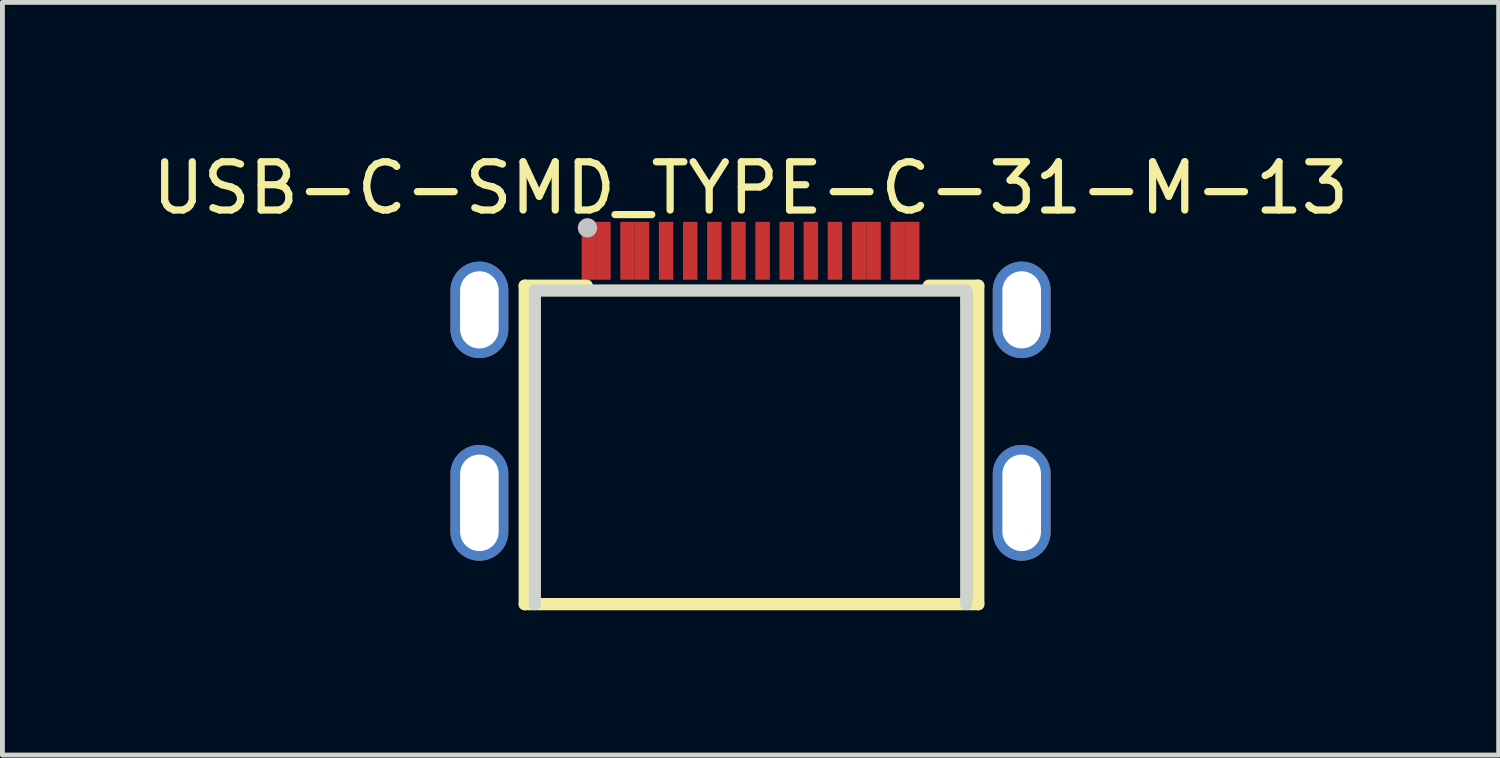
<source format=kicad_pcb>
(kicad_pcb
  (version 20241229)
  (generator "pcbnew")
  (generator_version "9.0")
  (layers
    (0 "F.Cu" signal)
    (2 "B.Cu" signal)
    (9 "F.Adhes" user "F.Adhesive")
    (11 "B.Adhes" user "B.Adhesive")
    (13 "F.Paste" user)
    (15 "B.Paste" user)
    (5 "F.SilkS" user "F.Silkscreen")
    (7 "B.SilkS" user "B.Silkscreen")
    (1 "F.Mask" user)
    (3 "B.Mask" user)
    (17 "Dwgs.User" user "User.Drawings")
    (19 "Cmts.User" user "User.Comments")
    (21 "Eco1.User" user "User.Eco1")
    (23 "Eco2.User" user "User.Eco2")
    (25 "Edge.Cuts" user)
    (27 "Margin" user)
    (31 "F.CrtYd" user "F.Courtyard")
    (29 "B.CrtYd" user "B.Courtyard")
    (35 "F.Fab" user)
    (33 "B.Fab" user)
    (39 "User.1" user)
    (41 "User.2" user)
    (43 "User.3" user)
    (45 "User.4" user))
  (footprint "USB-C-SMD_TYPE-C-31-M-13"
    (layer "F.Cu")
    (at 12.506 4.76)
    (property "Reference" "USB-C-SMD_TYPE-C-31-M-13" (at 0 -3.912 0) (layer "F.SilkS") (effects (font (size 1 1) (thickness 0.15))))
    (fp_line (start -4.68 -1.888) (end -3.394 -1.888) (stroke (width 0.254) (type default)) (layer "F.SilkS"))
    (fp_line (start -4.68 4.712) (end -4.68 -1.888) (stroke (width 0.254) (type default)) (layer "F.SilkS"))
    (fp_line (start 3.695 -1.888) (end 4.72 -1.888) (stroke (width 0.254) (type default)) (layer "F.SilkS"))
    (fp_line (start 4.72 -1.888) (end 4.72 4.712) (stroke (width 0.254) (type default)) (layer "F.SilkS"))
    (fp_line (start 4.72 4.712) (end -4.68 4.712) (stroke (width 0.254) (type default)) (layer "F.SilkS"))
    (fp_poly (pts (xy -1.6 -2.012) (xy -1.6 -3.212) (xy -1.9 -3.212) (xy -1.9 -2.012)) (stroke (width 0) (type default)) (fill yes) (layer "F.Paste"))
    (fp_poly (pts (xy -1.1 -2.012) (xy -1.1 -3.212) (xy -1.4 -3.212) (xy -1.4 -2.012)) (stroke (width 0) (type default)) (fill yes) (layer "F.Paste"))
    (fp_poly (pts (xy -0.6 -2.012) (xy -0.6 -3.212) (xy -0.9 -3.212) (xy -0.9 -2.012)) (stroke (width 0) (type default)) (fill yes) (layer "F.Paste"))
    (fp_poly (pts (xy -0.4 -3.212) (xy -0.4 -2.012) (xy -0.1 -2.012) (xy -0.1 -3.212)) (stroke (width 0) (type default)) (fill yes) (layer "F.Paste"))
    (fp_poly (pts (xy 0.1 -3.212) (xy 0.1 -2.012) (xy 0.4 -2.012) (xy 0.4 -3.212)) (stroke (width 0) (type default)) (fill yes) (layer "F.Paste"))
    (fp_poly (pts (xy 0.6 -3.212) (xy 0.6 -2.012) (xy 0.9 -2.012) (xy 0.9 -3.212)) (stroke (width 0) (type default)) (fill yes) (layer "F.Paste"))
    (fp_poly (pts (xy 1.399 -2.012) (xy 1.399 -3.212) (xy 1.099 -3.212) (xy 1.099 -2.012)) (stroke (width 0) (type default)) (fill yes) (layer "F.Paste"))
    (fp_poly (pts (xy 1.9 -2.012) (xy 1.9 -3.212) (xy 1.6 -3.212) (xy 1.6 -2.012)) (stroke (width 0) (type default)) (fill yes) (layer "F.Paste"))
    (fp_poly (pts (xy -2.9 -2.012) (xy -2.9 -3.212) (xy -3.2 -3.212) (xy -3.5 -3.212) (xy -3.5 -2.012) (xy -3.2 -2.012)) (stroke (width 0) (type default)) (fill yes) (layer "F.Paste"))
    (fp_poly (pts (xy -2.1 -2.012) (xy -2.1 -3.212) (xy -2.4 -3.212) (xy -2.7 -3.212) (xy -2.7 -2.012) (xy -2.4 -2.012)) (stroke (width 0) (type default)) (fill yes) (layer "F.Paste"))
    (fp_poly (pts (xy 2.7 -2.012) (xy 2.7 -3.212) (xy 2.4 -3.212) (xy 2.1 -3.212) (xy 2.1 -2.012) (xy 2.4 -2.012)) (stroke (width 0) (type default)) (fill yes) (layer "F.Paste"))
    (fp_poly (pts (xy 3.5 -2.012) (xy 3.5 -3.212) (xy 3.2 -3.212) (xy 2.9 -3.212) (xy 2.9 -2.012) (xy 3.2 -2.012)) (stroke (width 0) (type default)) (fill yes) (layer "F.Paste"))
    (fp_poly (pts (xy -5.635 -2.388) (xy -5.665 -2.386) (xy -5.694 -2.383) (xy -5.724 -2.378) (xy -5.753 -2.373) (xy -5.782 -2.365) (xy -5.811 -2.357) (xy -5.839 -2.346) (xy -5.867 -2.335) (xy -5.894 -2.322) (xy -5.92 -2.308) (xy -5.946 -2.292) (xy -5.97 -2.275) (xy -5.994 -2.257) (xy -6.017 -2.237) (xy -6.039 -2.217) (xy -6.06 -2.196) (xy -6.08 -2.174) (xy -6.098 -2.15) (xy -6.115 -2.126) (xy -6.132 -2.1) (xy -6.147 -2.075) (xy -6.16 -2.048) (xy -6.173 -2.021) (xy -6.184 -1.993) (xy -6.194 -1.964) (xy -6.202 -1.936) (xy -6.208 -1.907) (xy -6.213 -1.877) (xy -6.217 -1.847) (xy -6.22 -1.818) (xy -6.22 -1.788) (xy -6.22 -0.988) (xy -6.22 -0.958) (xy -6.217 -0.928) (xy -6.213 -0.898) (xy -6.208 -0.869) (xy -6.202 -0.84) (xy -6.194 -0.811) (xy -6.184 -0.782) (xy -6.173 -0.755) (xy -6.16 -0.728) (xy -6.147 -0.701) (xy -6.132 -0.675) (xy -6.115 -0.65) (xy -6.098 -0.625) (xy -6.08 -0.602) (xy -6.06 -0.58) (xy -6.039 -0.558) (xy -6.017 -0.538) (xy -5.994 -0.519) (xy -5.97 -0.5) (xy -5.946 -0.484) (xy -5.92 -0.468) (xy -5.894 -0.454) (xy -5.867 -0.441) (xy -5.839 -0.429) (xy -5.811 -0.419) (xy -5.782 -0.41) (xy -5.753 -0.403) (xy -5.724 -0.397) (xy -5.694 -0.393) (xy -5.665 -0.39) (xy -5.635 -0.388) (xy -5.605 -0.388) (xy -5.575 -0.39) (xy -5.545 -0.393) (xy -5.516 -0.397) (xy -5.487 -0.403) (xy -5.457 -0.41) (xy -5.429 -0.419) (xy -5.401 -0.429) (xy -5.373 -0.441) (xy -5.346 -0.454) (xy -5.32 -0.468) (xy -5.295 -0.484) (xy -5.27 -0.5) (xy -5.246 -0.519) (xy -5.223 -0.538) (xy -5.201 -0.558) (xy -5.18 -0.58) (xy -5.16 -0.602) (xy -5.141 -0.625) (xy -5.125 -0.65) (xy -5.108 -0.675) (xy -5.093 -0.701) (xy -5.08 -0.728) (xy -5.067 -0.755) (xy -5.056 -0.782) (xy -5.046 -0.811) (xy -5.038 -0.84) (xy -5.032 -0.869) (xy -5.027 -0.898) (xy -5.023 -0.928) (xy -5.021 -0.958) (xy -5.02 -0.988) (xy -5.02 -1.788) (xy -5.021 -1.818) (xy -5.023 -1.847) (xy -5.027 -1.877) (xy -5.032 -1.907) (xy -5.038 -1.936) (xy -5.046 -1.964) (xy -5.056 -1.993) (xy -5.067 -2.021) (xy -5.08 -2.048) (xy -5.093 -2.075) (xy -5.108 -2.1) (xy -5.125 -2.126) (xy -5.141 -2.15) (xy -5.16 -2.174) (xy -5.18 -2.196) (xy -5.201 -2.217) (xy -5.223 -2.237) (xy -5.246 -2.257) (xy -5.27 -2.275) (xy -5.295 -2.292) (xy -5.32 -2.308) (xy -5.346 -2.322) (xy -5.373 -2.335) (xy -5.401 -2.346) (xy -5.429 -2.357) (xy -5.457 -2.365) (xy -5.487 -2.373) (xy -5.516 -2.378) (xy -5.545 -2.383) (xy -5.575 -2.386) (xy -5.605 -2.388)) (stroke (width 0) (type default)) (fill yes) (layer "F.Paste"))
    (fp_poly (pts (xy -5.575 1.414) (xy -5.605 1.413) (xy -5.635 1.413) (xy -5.665 1.414) (xy -5.694 1.417) (xy -5.724 1.421) (xy -5.753 1.427) (xy -5.782 1.435) (xy -5.811 1.444) (xy -5.839 1.454) (xy -5.867 1.465) (xy -5.894 1.478) (xy -5.92 1.492) (xy -5.946 1.508) (xy -5.97 1.525) (xy -5.994 1.543) (xy -6.017 1.562) (xy -6.039 1.583) (xy -6.06 1.604) (xy -6.08 1.627) (xy -6.098 1.65) (xy -6.115 1.674) (xy -6.132 1.7) (xy -6.147 1.725) (xy -6.16 1.752) (xy -6.173 1.779) (xy -6.184 1.807) (xy -6.194 1.835) (xy -6.202 1.864) (xy -6.208 1.893) (xy -6.213 1.923) (xy -6.217 1.952) (xy -6.22 1.982) (xy -6.22 2.012) (xy -6.22 3.212) (xy -6.22 3.242) (xy -6.217 3.272) (xy -6.213 3.301) (xy -6.208 3.331) (xy -6.202 3.36) (xy -6.194 3.389) (xy -6.184 3.417) (xy -6.173 3.445) (xy -6.16 3.473) (xy -6.147 3.499) (xy -6.132 3.525) (xy -6.115 3.55) (xy -6.098 3.575) (xy -6.08 3.598) (xy -6.06 3.62) (xy -6.039 3.642) (xy -6.017 3.662) (xy -5.994 3.681) (xy -5.97 3.7) (xy -5.946 3.716) (xy -5.92 3.732) (xy -5.894 3.746) (xy -5.867 3.759) (xy -5.839 3.771) (xy -5.811 3.781) (xy -5.782 3.789) (xy -5.753 3.797) (xy -5.724 3.803) (xy -5.694 3.808) (xy -5.665 3.811) (xy -5.635 3.812) (xy -5.605 3.812) (xy -5.575 3.811) (xy -5.545 3.808) (xy -5.516 3.803) (xy -5.487 3.797) (xy -5.457 3.789) (xy -5.429 3.781) (xy -5.401 3.771) (xy -5.373 3.759) (xy -5.346 3.746) (xy -5.32 3.732) (xy -5.295 3.716) (xy -5.27 3.7) (xy -5.246 3.681) (xy -5.223 3.662) (xy -5.201 3.642) (xy -5.18 3.62) (xy -5.16 3.598) (xy -5.141 3.575) (xy -5.125 3.55) (xy -5.108 3.525) (xy -5.093 3.499) (xy -5.08 3.473) (xy -5.067 3.445) (xy -5.056 3.417) (xy -5.046 3.389) (xy -5.038 3.36) (xy -5.032 3.331) (xy -5.027 3.301) (xy -5.023 3.272) (xy -5.021 3.242) (xy -5.02 3.212) (xy -5.02 2.012) (xy -5.021 1.982) (xy -5.023 1.952) (xy -5.027 1.923) (xy -5.032 1.893) (xy -5.038 1.864) (xy -5.046 1.835) (xy -5.056 1.807) (xy -5.067 1.779) (xy -5.08 1.752) (xy -5.093 1.725) (xy -5.108 1.7) (xy -5.125 1.674) (xy -5.141 1.65) (xy -5.16 1.627) (xy -5.18 1.604) (xy -5.201 1.583) (xy -5.223 1.562) (xy -5.246 1.543) (xy -5.27 1.525) (xy -5.295 1.508) (xy -5.32 1.492) (xy -5.346 1.478) (xy -5.373 1.465) (xy -5.401 1.454) (xy -5.429 1.444) (xy -5.457 1.435) (xy -5.487 1.427) (xy -5.516 1.421) (xy -5.545 1.417)) (stroke (width 0) (type default)) (fill yes) (layer "F.Paste"))
    (fp_poly (pts (xy 5.665 -2.386) (xy 5.635 -2.388) (xy 5.605 -2.388) (xy 5.575 -2.386) (xy 5.545 -2.383) (xy 5.516 -2.378) (xy 5.487 -2.373) (xy 5.457 -2.365) (xy 5.429 -2.357) (xy 5.401 -2.346) (xy 5.373 -2.335) (xy 5.346 -2.322) (xy 5.32 -2.308) (xy 5.295 -2.292) (xy 5.27 -2.275) (xy 5.246 -2.257) (xy 5.223 -2.237) (xy 5.201 -2.217) (xy 5.18 -2.196) (xy 5.16 -2.174) (xy 5.141 -2.15) (xy 5.125 -2.126) (xy 5.108 -2.1) (xy 5.093 -2.075) (xy 5.08 -2.048) (xy 5.067 -2.021) (xy 5.056 -1.993) (xy 5.046 -1.964) (xy 5.038 -1.936) (xy 5.032 -1.907) (xy 5.027 -1.877) (xy 5.023 -1.847) (xy 5.021 -1.818) (xy 5.02 -1.788) (xy 5.02 -0.988) (xy 5.021 -0.958) (xy 5.023 -0.928) (xy 5.027 -0.898) (xy 5.032 -0.869) (xy 5.038 -0.84) (xy 5.046 -0.811) (xy 5.056 -0.782) (xy 5.067 -0.755) (xy 5.08 -0.728) (xy 5.093 -0.701) (xy 5.108 -0.675) (xy 5.125 -0.65) (xy 5.141 -0.625) (xy 5.16 -0.602) (xy 5.18 -0.58) (xy 5.201 -0.558) (xy 5.223 -0.538) (xy 5.246 -0.519) (xy 5.27 -0.5) (xy 5.295 -0.484) (xy 5.32 -0.468) (xy 5.346 -0.454) (xy 5.373 -0.441) (xy 5.401 -0.429) (xy 5.429 -0.419) (xy 5.457 -0.41) (xy 5.487 -0.403) (xy 5.516 -0.397) (xy 5.545 -0.393) (xy 5.575 -0.39) (xy 5.605 -0.388) (xy 5.635 -0.388) (xy 5.665 -0.39) (xy 5.694 -0.393) (xy 5.724 -0.397) (xy 5.753 -0.403) (xy 5.782 -0.41) (xy 5.811 -0.419) (xy 5.839 -0.429) (xy 5.867 -0.441) (xy 5.894 -0.454) (xy 5.92 -0.468) (xy 5.946 -0.484) (xy 5.97 -0.5) (xy 5.994 -0.519) (xy 6.017 -0.538) (xy 6.039 -0.558) (xy 6.06 -0.58) (xy 6.08 -0.602) (xy 6.098 -0.625) (xy 6.115 -0.65) (xy 6.132 -0.675) (xy 6.147 -0.701) (xy 6.16 -0.728) (xy 6.173 -0.755) (xy 6.184 -0.782) (xy 6.194 -0.811) (xy 6.202 -0.84) (xy 6.208 -0.869) (xy 6.213 -0.898) (xy 6.217 -0.928) (xy 6.22 -0.958) (xy 6.22 -0.988) (xy 6.22 -1.788) (xy 6.22 -1.818) (xy 6.217 -1.847) (xy 6.213 -1.877) (xy 6.208 -1.907) (xy 6.202 -1.936) (xy 6.194 -1.964) (xy 6.184 -1.993) (xy 6.173 -2.021) (xy 6.16 -2.048) (xy 6.147 -2.075) (xy 6.132 -2.1) (xy 6.115 -2.126) (xy 6.098 -2.15) (xy 6.08 -2.174) (xy 6.06 -2.196) (xy 6.039 -2.217) (xy 6.017 -2.237) (xy 5.994 -2.257) (xy 5.97 -2.275) (xy 5.946 -2.292) (xy 5.92 -2.308) (xy 5.894 -2.322) (xy 5.867 -2.335) (xy 5.839 -2.346) (xy 5.811 -2.357) (xy 5.782 -2.365) (xy 5.753 -2.373) (xy 5.724 -2.378) (xy 5.694 -2.383)) (stroke (width 0) (type default)) (fill yes) (layer "F.Paste"))
    (fp_poly (pts (xy 5.665 1.414) (xy 5.635 1.413) (xy 5.605 1.413) (xy 5.575 1.414) (xy 5.545 1.417) (xy 5.516 1.421) (xy 5.487 1.427) (xy 5.457 1.435) (xy 5.429 1.444) (xy 5.401 1.454) (xy 5.373 1.465) (xy 5.346 1.478) (xy 5.32 1.492) (xy 5.295 1.508) (xy 5.27 1.525) (xy 5.246 1.543) (xy 5.223 1.562) (xy 5.201 1.583) (xy 5.18 1.604) (xy 5.16 1.627) (xy 5.141 1.65) (xy 5.125 1.674) (xy 5.108 1.7) (xy 5.093 1.725) (xy 5.08 1.752) (xy 5.067 1.779) (xy 5.056 1.807) (xy 5.046 1.835) (xy 5.038 1.864) (xy 5.032 1.893) (xy 5.027 1.923) (xy 5.023 1.952) (xy 5.021 1.982) (xy 5.02 2.012) (xy 5.02 3.212) (xy 5.021 3.242) (xy 5.023 3.272) (xy 5.027 3.301) (xy 5.032 3.331) (xy 5.038 3.36) (xy 5.046 3.389) (xy 5.056 3.417) (xy 5.067 3.445) (xy 5.08 3.473) (xy 5.093 3.499) (xy 5.108 3.525) (xy 5.125 3.55) (xy 5.141 3.575) (xy 5.16 3.598) (xy 5.18 3.62) (xy 5.201 3.642) (xy 5.223 3.662) (xy 5.246 3.681) (xy 5.27 3.7) (xy 5.295 3.716) (xy 5.32 3.732) (xy 5.346 3.746) (xy 5.373 3.759) (xy 5.401 3.771) (xy 5.429 3.781) (xy 5.457 3.789) (xy 5.487 3.797) (xy 5.516 3.803) (xy 5.545 3.808) (xy 5.575 3.811) (xy 5.605 3.812) (xy 5.635 3.812) (xy 5.665 3.811) (xy 5.694 3.808) (xy 5.724 3.803) (xy 5.753 3.797) (xy 5.782 3.789) (xy 5.811 3.781) (xy 5.839 3.771) (xy 5.867 3.759) (xy 5.894 3.746) (xy 5.92 3.732) (xy 5.946 3.716) (xy 5.97 3.7) (xy 5.994 3.681) (xy 6.017 3.662) (xy 6.039 3.642) (xy 6.06 3.62) (xy 6.08 3.598) (xy 6.098 3.575) (xy 6.115 3.55) (xy 6.132 3.525) (xy 6.147 3.499) (xy 6.16 3.473) (xy 6.173 3.445) (xy 6.184 3.417) (xy 6.194 3.389) (xy 6.202 3.36) (xy 6.208 3.331) (xy 6.213 3.301) (xy 6.217 3.272) (xy 6.22 3.242) (xy 6.22 3.212) (xy 6.22 2.012) (xy 6.22 1.982) (xy 6.217 1.952) (xy 6.213 1.923) (xy 6.208 1.893) (xy 6.202 1.864) (xy 6.194 1.835) (xy 6.184 1.807) (xy 6.173 1.779) (xy 6.16 1.752) (xy 6.147 1.725) (xy 6.132 1.7) (xy 6.115 1.674) (xy 6.098 1.65) (xy 6.08 1.627) (xy 6.06 1.604) (xy 6.039 1.583) (xy 6.017 1.562) (xy 5.994 1.543) (xy 5.97 1.525) (xy 5.946 1.508) (xy 5.92 1.492) (xy 5.894 1.478) (xy 5.867 1.465) (xy 5.839 1.454) (xy 5.811 1.444) (xy 5.782 1.435) (xy 5.753 1.427) (xy 5.724 1.421) (xy 5.694 1.417)) (stroke (width 0) (type default)) (fill yes) (layer "F.Paste"))
    (fp_circle (center -3.38 -3.088) (end -3.28 -3.088) (stroke (width 0.2) (type default)) (fill no) (layer "Dwgs.User"))
    (fp_line (start -4.471 -1.788) (end -4.471 4.711) (stroke (width 0.254) (type default)) (layer "Edge.Cuts"))
    (fp_line (start 4.471 -1.788) (end -4.471 -1.788) (stroke (width 0.254) (type default)) (layer "Edge.Cuts"))
    (fp_line (start 4.471 4.711) (end 4.471 -1.788) (stroke (width 0.254) (type default)) (layer "Edge.Cuts"))
    (fp_poly (pts (xy -5.771 -0.988) (xy -5.771 -1.788) (xy -4.42 -1.788) (xy -4.42 -0.988)) (stroke (width 0.1) (type default)) (fill no) (layer "User.1"))
    (fp_poly (pts (xy -5.771 3.212) (xy -5.771 2.012) (xy -4.42 2.012) (xy -4.42 3.212)) (stroke (width 0.1) (type default)) (fill no) (layer "User.1"))
    (fp_poly (pts (xy -5.77 -1.788) (xy -5.47 -1.788) (xy -5.47 -0.988) (xy -5.77 -0.988)) (stroke (width 0.1) (type default)) (fill no) (layer "User.1"))
    (fp_poly (pts (xy -5.77 2.012) (xy -5.47 2.012) (xy -5.47 3.212) (xy -5.77 3.212)) (stroke (width 0.1) (type default)) (fill no) (layer "User.1"))
    (fp_poly (pts (xy -3.45 -2.388) (xy -3.25 -2.388) (xy -3.25 -1.438) (xy -3.45 -1.438)) (stroke (width 0.1) (type default)) (fill no) (layer "User.1"))
    (fp_poly (pts (xy -3.15 -2.388) (xy -2.95 -2.388) (xy -2.95 -1.438) (xy -3.15 -1.438)) (stroke (width 0.1) (type default)) (fill no) (layer "User.1"))
    (fp_poly (pts (xy -2.65 -2.388) (xy -2.45 -2.388) (xy -2.45 -1.438) (xy -2.65 -1.438)) (stroke (width 0.1) (type default)) (fill no) (layer "User.1"))
    (fp_poly (pts (xy -2.35 -2.388) (xy -2.15 -2.388) (xy -2.15 -1.438) (xy -2.35 -1.438)) (stroke (width 0.1) (type default)) (fill no) (layer "User.1"))
    (fp_poly (pts (xy -1.85 -2.388) (xy -1.65 -2.388) (xy -1.65 -1.438) (xy -1.85 -1.438)) (stroke (width 0.1) (type default)) (fill no) (layer "User.1"))
    (fp_poly (pts (xy -1.35 -2.388) (xy -1.15 -2.388) (xy -1.15 -1.438) (xy -1.35 -1.438)) (stroke (width 0.1) (type default)) (fill no) (layer "User.1"))
    (fp_poly (pts (xy -0.85 -2.388) (xy -0.65 -2.388) (xy -0.65 -1.438) (xy -0.85 -1.438)) (stroke (width 0.1) (type default)) (fill no) (layer "User.1"))
    (fp_poly (pts (xy -0.35 -2.388) (xy -0.15 -2.388) (xy -0.15 -1.438) (xy -0.35 -1.438)) (stroke (width 0.1) (type default)) (fill no) (layer "User.1"))
    (fp_poly (pts (xy 0.15 -2.388) (xy 0.35 -2.388) (xy 0.35 -1.438) (xy 0.15 -1.438)) (stroke (width 0.1) (type default)) (fill no) (layer "User.1"))
    (fp_poly (pts (xy 0.65 -2.388) (xy 0.85 -2.388) (xy 0.85 -1.438) (xy 0.65 -1.438)) (stroke (width 0.1) (type default)) (fill no) (layer "User.1"))
    (fp_poly (pts (xy 1.149 -2.388) (xy 1.349 -2.388) (xy 1.349 -1.438) (xy 1.149 -1.438)) (stroke (width 0.1) (type default)) (fill no) (layer "User.1"))
    (fp_poly (pts (xy 1.65 -2.388) (xy 1.85 -2.388) (xy 1.85 -1.438) (xy 1.65 -1.438)) (stroke (width 0.1) (type default)) (fill no) (layer "User.1"))
    (fp_poly (pts (xy 2.15 -2.388) (xy 2.35 -2.388) (xy 2.35 -1.438) (xy 2.15 -1.438)) (stroke (width 0.1) (type default)) (fill no) (layer "User.1"))
    (fp_poly (pts (xy 2.45 -2.388) (xy 2.65 -2.388) (xy 2.65 -1.438) (xy 2.45 -1.438)) (stroke (width 0.1) (type default)) (fill no) (layer "User.1"))
    (fp_poly (pts (xy 2.95 -2.388) (xy 3.15 -2.388) (xy 3.15 -1.438) (xy 2.95 -1.438)) (stroke (width 0.1) (type default)) (fill no) (layer "User.1"))
    (fp_poly (pts (xy 3.25 -2.388) (xy 3.45 -2.388) (xy 3.45 -1.438) (xy 3.25 -1.438)) (stroke (width 0.1) (type default)) (fill no) (layer "User.1"))
    (fp_poly (pts (xy 5.47 -1.788) (xy 5.77 -1.788) (xy 5.77 -0.988) (xy 5.47 -0.988)) (stroke (width 0.1) (type default)) (fill no) (layer "User.1"))
    (fp_poly (pts (xy 5.47 2.012) (xy 5.77 2.012) (xy 5.77 3.212) (xy 5.47 3.212)) (stroke (width 0.1) (type default)) (fill no) (layer "User.1"))
    (fp_poly (pts (xy 5.77 -1.788) (xy 5.77 -0.988) (xy 4.42 -0.988) (xy 4.42 -1.788)) (stroke (width 0.1) (type default)) (fill no) (layer "User.1"))
    (fp_poly (pts (xy 5.77 2.012) (xy 5.77 3.212) (xy 4.42 3.212) (xy 4.42 2.012)) (stroke (width 0.1) (type default)) (fill no) (layer "User.1"))
    (fp_line (start -4.47 -1.788) (end 4.47 -1.788) (stroke (width 0.051) (type default)) (layer "User.2"))
    (fp_line (start -4.47 4.712) (end -4.47 -1.788) (stroke (width 0.051) (type default)) (layer "User.2"))
    (fp_line (start 4.47 -1.788) (end 4.47 4.712) (stroke (width 0.051) (type default)) (layer "User.2"))
    (fp_line (start 4.47 4.712) (end -4.47 4.712) (stroke (width 0.051) (type default)) (layer "User.2"))
    (fp_poly (pts (xy -5.715 -2.411) (xy -5.748 -2.443) (xy -5.793 -2.443) (xy -5.826 -2.411) (xy -5.826 -2.365) (xy -5.793 -2.333) (xy -5.748 -2.333) (xy -5.715 -2.365)) (stroke (width 0.1) (type default)) (fill no) (layer "User.3"))
    (pad "0" thru_hole oval (at -5.62 -1.388) (size 1.2 2) (drill oval 0.8 1.6) (layers "*.Cu" "*.Mask"))
    (pad "0" thru_hole oval (at -5.62 2.612) (size 1.2 2.4) (drill oval 0.8 2) (layers "*.Cu" "*.Mask"))
    (pad "0" thru_hole oval (at 5.62 -1.388) (size 1.2 2) (drill oval 0.8 1.6) (layers "*.Cu" "*.Mask"))
    (pad "0" thru_hole oval (at 5.62 2.612) (size 1.2 2.4) (drill oval 0.8 2) (layers "*.Cu" "*.Mask"))
    (pad "A1" smd rect (at -3.35 -2.612) (size 0.3 1.2) (layers "F.Cu" "F.Mask" "F.Paste"))
    (pad "A4" smd rect (at -2.55 -2.612) (size 0.3 1.2) (layers "F.Cu" "F.Mask" "F.Paste"))
    (pad "A5" smd rect (at -1.25 -2.612) (size 0.3 1.2) (layers "F.Cu" "F.Mask" "F.Paste"))
    (pad "A6" smd rect (at -0.25 -2.612) (size 0.3 1.2) (layers "F.Cu" "F.Mask" "F.Paste"))
    (pad "A7" smd rect (at 0.25 -2.612) (size 0.3 1.2) (layers "F.Cu" "F.Mask" "F.Paste"))
    (pad "A8" smd rect (at 1.25 -2.612) (size 0.3 1.2) (layers "F.Cu" "F.Mask" "F.Paste"))
    (pad "A9" smd rect (at 2.55 -2.612) (size 0.3 1.2) (layers "F.Cu" "F.Mask" "F.Paste"))
    (pad "A12" smd rect (at 3.35 -2.612) (size 0.3 1.2) (layers "F.Cu" "F.Mask" "F.Paste"))
    (pad "B1" smd rect (at 3.05 -2.612) (size 0.3 1.2) (layers "F.Cu" "F.Mask" "F.Paste"))
    (pad "B4" smd rect (at 2.25 -2.612) (size 0.3 1.2) (layers "F.Cu" "F.Mask" "F.Paste"))
    (pad "B5" smd rect (at 1.75 -2.612) (size 0.3 1.2) (layers "F.Cu" "F.Mask" "F.Paste"))
    (pad "B6" smd rect (at 0.75 -2.612) (size 0.3 1.2) (layers "F.Cu" "F.Mask" "F.Paste"))
    (pad "B7" smd rect (at -0.75 -2.612) (size 0.3 1.2) (layers "F.Cu" "F.Mask" "F.Paste"))
    (pad "B8" smd rect (at -1.75 -2.612) (size 0.3 1.2) (layers "F.Cu" "F.Mask" "F.Paste"))
    (pad "B9" smd rect (at -2.25 -2.612) (size 0.3 1.2) (layers "F.Cu" "F.Mask" "F.Paste"))
    (pad "B12" smd rect (at -3.05 -2.612) (size 0.3 1.2) (layers "F.Cu" "F.Mask" "F.Paste")))
  (gr_rect
    (start -3 -3)
    (end 28.012 12.599)
    (stroke (width 0.1) (type default))
    (fill no)
    (layer "Edge.Cuts")))
</source>
